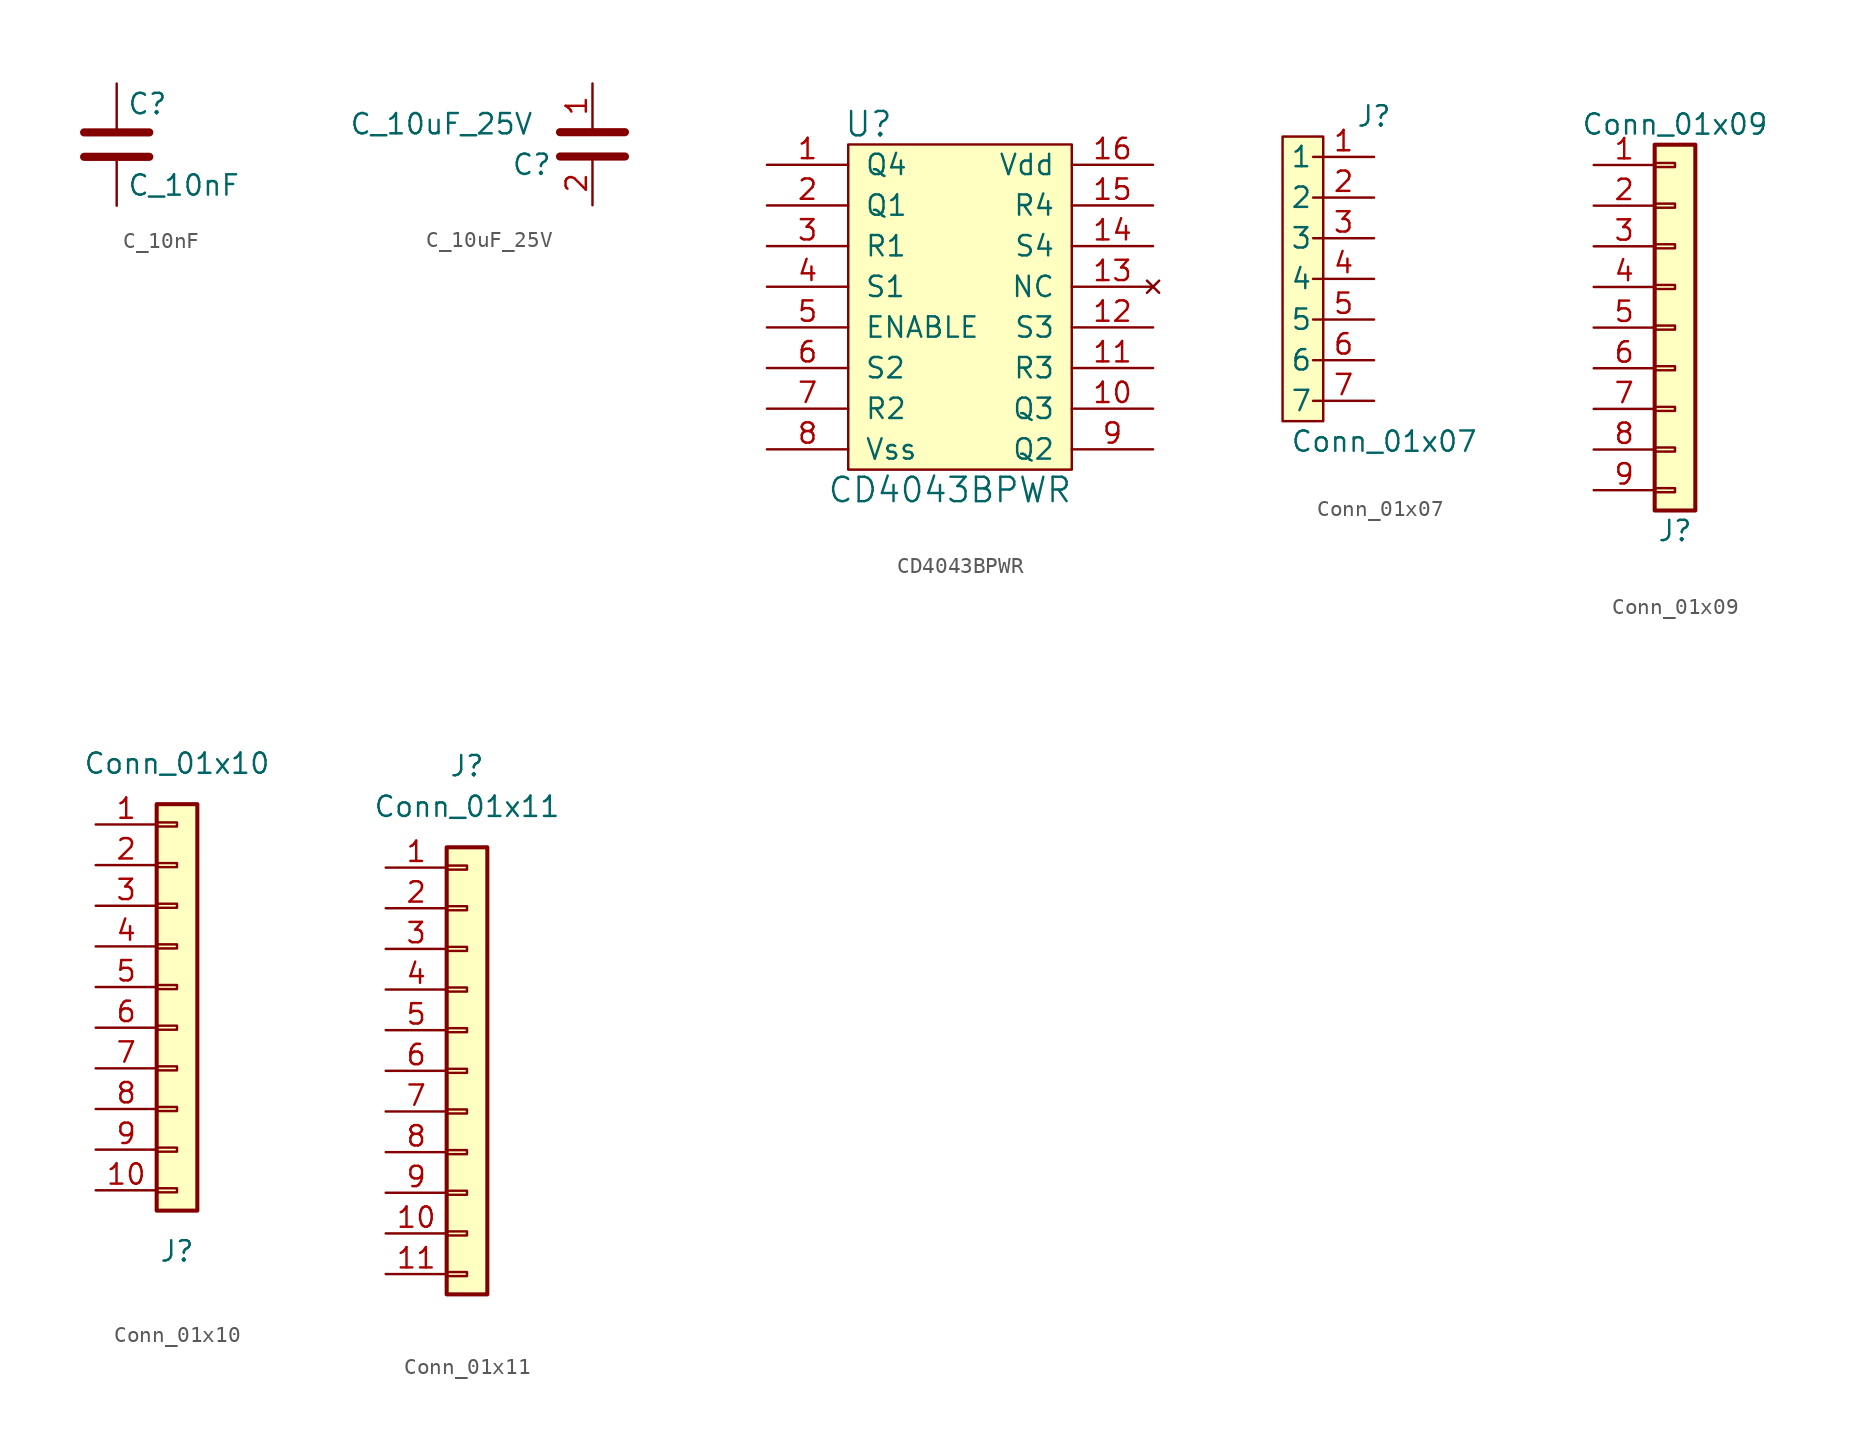
<source format=kicad_sym>
(kicad_symbol_lib
  (version 20211014)
  (generator kicad_symbol_editor)
  (symbol "C_10nF"
    (pin_numbers hide)
    (pin_names
      (offset 0.254))
    (property "Reference" "C"
      (at 0.635 2.54 0)
      (effects (font (size 1.27 1.27)) (justify left)))
    (property "Value" "C_10nF"
      (at 0.635 -2.54 0)
      (effects (font (size 1.27 1.27)) (justify left)))
    (symbol "C_10nF_0_1"
      (polyline (pts (xy -2.032 -0.762) (xy 2.032 -0.762)) (stroke (width 0.508) (type default) (color 0 0 0 0)) (fill (type none)))
      (polyline (pts (xy -2.032 0.762) (xy 2.032 0.762)) (stroke (width 0.508) (type default) (color 0 0 0 0)) (fill (type none))))
    (symbol "C_10nF_1_1"
      (pin passive line (at 0 3.81 270) (length 2.794) (name "~" (effects (font (size 1.27 1.27)))) (number "1" (effects (font (size 1.27 1.27)))))
      (pin passive line (at 0 -3.81 90) (length 2.794) (name "~" (effects (font (size 1.27 1.27)))) (number "2" (effects (font (size 1.27 1.27)))))))
  (symbol "C_10uF_25V"
    (pin_names
      (offset 1.016))
    (property "Reference" "C"
      (at -5.08 -1.27 0)
      (effects (font (size 1.27 1.27)) (justify left)))
    (property "Value" "C_10uF_25V"
      (at -15.24 1.27 0)
      (effects (font (size 1.27 1.27)) (justify left)))
    (symbol "C_10uF_25V_1_1"
      (polyline (pts (xy -2.032 -0.762) (xy 2.032 -0.762)) (stroke (width 0.508) (type default) (color 0 0 0 0)) (fill (type none)))
      (polyline (pts (xy -2.032 0.762) (xy 2.032 0.762)) (stroke (width 0.508) (type default) (color 0 0 0 0)) (fill (type none)))
      (pin passive line (at 0 3.81 270) (length 2.794) (name "~" (effects (font (size 1.27 1.27)))) (number "1" (effects (font (size 1.27 1.27)))))
      (pin passive line (at 0 -3.81 90) (length 2.794) (name "~" (effects (font (size 1.27 1.27)))) (number "2" (effects (font (size 1.27 1.27)))))))
  (symbol "CD4043BPWR"
    (pin_names
      (offset 1.016))
    (property "Reference" "U"
      (at -6.35 10.16 0)
      (effects (font (size 1.524 1.524))))
    (property "Value" "CD4043BPWR"
      (at -1.27 -12.7 0)
      (effects (font (size 1.524 1.524))))
    (symbol "CD4043BPWR_0_1"
      (rectangle (start -7.62 8.89) (end 6.35 -11.43) (stroke (width 0) (type default) (color 0 0 0 0)) (fill (type background))))
    (symbol "CD4043BPWR_1_1"
      (pin output line (at -12.7 7.62 0) (length 5.08) (name "Q4" (effects (font (size 1.27 1.27)))) (number "1" (effects (font (size 1.27 1.27)))))
      (pin output line (at 11.43 -7.62 180) (length 5.08) (name "Q3" (effects (font (size 1.27 1.27)))) (number "10" (effects (font (size 1.27 1.27)))))
      (pin input line (at 11.43 -5.08 180) (length 5.08) (name "R3" (effects (font (size 1.27 1.27)))) (number "11" (effects (font (size 1.27 1.27)))))
      (pin input line (at 11.43 -2.54 180) (length 5.08) (name "S3" (effects (font (size 1.27 1.27)))) (number "12" (effects (font (size 1.27 1.27)))))
      (pin no_connect line (at 11.43 0 180) (length 5.08) (name "NC" (effects (font (size 1.27 1.27)))) (number "13" (effects (font (size 1.27 1.27)))))
      (pin input line (at 11.43 2.54 180) (length 5.08) (name "S4" (effects (font (size 1.27 1.27)))) (number "14" (effects (font (size 1.27 1.27)))))
      (pin input line (at 11.43 5.08 180) (length 5.08) (name "R4" (effects (font (size 1.27 1.27)))) (number "15" (effects (font (size 1.27 1.27)))))
      (pin input line (at 11.43 7.62 180) (length 5.08) (name "Vdd" (effects (font (size 1.27 1.27)))) (number "16" (effects (font (size 1.27 1.27)))))
      (pin output line (at -12.7 5.08 0) (length 5.08) (name "Q1" (effects (font (size 1.27 1.27)))) (number "2" (effects (font (size 1.27 1.27)))))
      (pin input line (at -12.7 2.54 0) (length 5.08) (name "R1" (effects (font (size 1.27 1.27)))) (number "3" (effects (font (size 1.27 1.27)))))
      (pin input line (at -12.7 0 0) (length 5.08) (name "S1" (effects (font (size 1.27 1.27)))) (number "4" (effects (font (size 1.27 1.27)))))
      (pin input line (at -12.7 -2.54 0) (length 5.08) (name "ENABLE" (effects (font (size 1.27 1.27)))) (number "5" (effects (font (size 1.27 1.27)))))
      (pin input line (at -12.7 -5.08 0) (length 5.08) (name "S2" (effects (font (size 1.27 1.27)))) (number "6" (effects (font (size 1.27 1.27)))))
      (pin input line (at -12.7 -7.62 0) (length 5.08) (name "R2" (effects (font (size 1.27 1.27)))) (number "7" (effects (font (size 1.27 1.27)))))
      (pin input line (at -12.7 -10.16 0) (length 5.08) (name "Vss" (effects (font (size 1.27 1.27)))) (number "8" (effects (font (size 1.27 1.27)))))
      (pin output line (at 11.43 -10.16 180) (length 5.08) (name "Q2" (effects (font (size 1.27 1.27)))) (number "9" (effects (font (size 1.27 1.27)))))))
  (symbol "Conn_01x07"
    (pin_names
      (offset 0.025))
    (property "Reference" "J"
      (at 0 0 0)
      (effects (font (size 1.27 1.27))))
    (property "Value" "Conn_01x07"
      (at 0.635 -20.32 0)
      (effects (font (size 1.27 1.27))))
    (symbol "Conn_01x07_0_1"
      (rectangle (start -3.175 -1.27) (end -5.715 -19.05) (stroke (width 0) (type default) (color 0 0 0 0)) (fill (type background))))
    (symbol "Conn_01x07_1_1"
      (pin passive line (at 0 -2.54 180) (length 3.81) (name "1" (effects (font (size 1.27 1.27)))) (number "1" (effects (font (size 1.27 1.27)))))
      (pin passive line (at 0 -5.08 180) (length 3.81) (name "2" (effects (font (size 1.27 1.27)))) (number "2" (effects (font (size 1.27 1.27)))))
      (pin passive line (at 0 -7.62 180) (length 3.81) (name "3" (effects (font (size 1.27 1.27)))) (number "3" (effects (font (size 1.27 1.27)))))
      (pin passive line (at 0 -10.16 180) (length 3.81) (name "4" (effects (font (size 1.27 1.27)))) (number "4" (effects (font (size 1.27 1.27)))))
      (pin passive line (at 0 -12.7 180) (length 3.81) (name "5" (effects (font (size 1.27 1.27)))) (number "5" (effects (font (size 1.27 1.27)))))
      (pin passive line (at 0 -15.24 180) (length 3.81) (name "6" (effects (font (size 1.27 1.27)))) (number "6" (effects (font (size 1.27 1.27)))))
      (pin passive line (at 0 -17.78 180) (length 3.81) (name "7" (effects (font (size 1.27 1.27)))) (number "7" (effects (font (size 1.27 1.27)))))))
  (symbol "Conn_01x09"
    (pin_names
      (offset 1.016))
    (property "Reference" "J"
      (at 0 -12.7 0)
      (effects (font (size 1.27 1.27))))
    (property "Value" "Conn_01x09"
      (at 0 12.7 0)
      (effects (font (size 1.27 1.27))))
    (symbol "Conn_01x09_1_1"
      (rectangle (start -1.27 -10.033) (end 0 -10.287) (stroke (width 0.152) (type default) (color 0 0 0 0)) (fill (type none)))
      (rectangle (start -1.27 -7.493) (end 0 -7.747) (stroke (width 0.152) (type default) (color 0 0 0 0)) (fill (type none)))
      (rectangle (start -1.27 -4.953) (end 0 -5.207) (stroke (width 0.152) (type default) (color 0 0 0 0)) (fill (type none)))
      (rectangle (start -1.27 -2.413) (end 0 -2.667) (stroke (width 0.152) (type default) (color 0 0 0 0)) (fill (type none)))
      (rectangle (start -1.27 0.127) (end 0 -0.127) (stroke (width 0.152) (type default) (color 0 0 0 0)) (fill (type none)))
      (rectangle (start -1.27 2.667) (end 0 2.413) (stroke (width 0.152) (type default) (color 0 0 0 0)) (fill (type none)))
      (rectangle (start -1.27 5.207) (end 0 4.953) (stroke (width 0.152) (type default) (color 0 0 0 0)) (fill (type none)))
      (rectangle (start -1.27 7.747) (end 0 7.493) (stroke (width 0.152) (type default) (color 0 0 0 0)) (fill (type none)))
      (rectangle (start -1.27 10.287) (end 0 10.033) (stroke (width 0.152) (type default) (color 0 0 0 0)) (fill (type none)))
      (rectangle (start -1.27 11.43) (end 1.27 -11.43) (stroke (width 0.254) (type default) (color 0 0 0 0)) (fill (type background)))
      (pin passive line (at -5.08 10.16 0) (length 3.81) (name "~" (effects (font (size 1.27 1.27)))) (number "1" (effects (font (size 1.27 1.27)))))
      (pin passive line (at -5.08 7.62 0) (length 3.81) (name "~" (effects (font (size 1.27 1.27)))) (number "2" (effects (font (size 1.27 1.27)))))
      (pin passive line (at -5.08 5.08 0) (length 3.81) (name "~" (effects (font (size 1.27 1.27)))) (number "3" (effects (font (size 1.27 1.27)))))
      (pin passive line (at -5.08 2.54 0) (length 3.81) (name "~" (effects (font (size 1.27 1.27)))) (number "4" (effects (font (size 1.27 1.27)))))
      (pin passive line (at -5.08 0 0) (length 3.81) (name "~" (effects (font (size 1.27 1.27)))) (number "5" (effects (font (size 1.27 1.27)))))
      (pin passive line (at -5.08 -2.54 0) (length 3.81) (name "~" (effects (font (size 1.27 1.27)))) (number "6" (effects (font (size 1.27 1.27)))))
      (pin passive line (at -5.08 -5.08 0) (length 3.81) (name "~" (effects (font (size 1.27 1.27)))) (number "7" (effects (font (size 1.27 1.27)))))
      (pin passive line (at -5.08 -7.62 0) (length 3.81) (name "~" (effects (font (size 1.27 1.27)))) (number "8" (effects (font (size 1.27 1.27)))))
      (pin passive line (at -5.08 -10.16 0) (length 3.81) (name "~" (effects (font (size 1.27 1.27)))) (number "9" (effects (font (size 1.27 1.27)))))))
  (symbol "Conn_01x10"
    (pin_names
      (offset 1.016))
    (property "Reference" "J"
      (at 0 -15.24 0)
      (effects (font (size 1.27 1.27))))
    (property "Value" "Conn_01x10"
      (at 0 15.24 0)
      (effects (font (size 1.27 1.27))))
    (symbol "Conn_01x10_1_1"
      (rectangle (start -1.27 -11.303) (end 0 -11.557) (stroke (width 0.152) (type default) (color 0 0 0 0)) (fill (type none)))
      (rectangle (start -1.27 -8.763) (end 0 -9.017) (stroke (width 0.152) (type default) (color 0 0 0 0)) (fill (type none)))
      (rectangle (start -1.27 -6.223) (end 0 -6.477) (stroke (width 0.152) (type default) (color 0 0 0 0)) (fill (type none)))
      (rectangle (start -1.27 -3.683) (end 0 -3.937) (stroke (width 0.152) (type default) (color 0 0 0 0)) (fill (type none)))
      (rectangle (start -1.27 -1.143) (end 0 -1.397) (stroke (width 0.152) (type default) (color 0 0 0 0)) (fill (type none)))
      (rectangle (start -1.27 1.397) (end 0 1.143) (stroke (width 0.152) (type default) (color 0 0 0 0)) (fill (type none)))
      (rectangle (start -1.27 3.937) (end 0 3.683) (stroke (width 0.152) (type default) (color 0 0 0 0)) (fill (type none)))
      (rectangle (start -1.27 6.477) (end 0 6.223) (stroke (width 0.152) (type default) (color 0 0 0 0)) (fill (type none)))
      (rectangle (start -1.27 9.017) (end 0 8.763) (stroke (width 0.152) (type default) (color 0 0 0 0)) (fill (type none)))
      (rectangle (start -1.27 11.557) (end 0 11.303) (stroke (width 0.152) (type default) (color 0 0 0 0)) (fill (type none)))
      (rectangle (start -1.27 12.7) (end 1.27 -12.7) (stroke (width 0.254) (type default) (color 0 0 0 0)) (fill (type background)))
      (pin passive line (at -5.08 11.43 0) (length 3.81) (name "~" (effects (font (size 1.27 1.27)))) (number "1" (effects (font (size 1.27 1.27)))))
      (pin passive line (at -5.08 -11.43 0) (length 3.81) (name "~" (effects (font (size 1.27 1.27)))) (number "10" (effects (font (size 1.27 1.27)))))
      (pin passive line (at -5.08 8.89 0) (length 3.81) (name "~" (effects (font (size 1.27 1.27)))) (number "2" (effects (font (size 1.27 1.27)))))
      (pin passive line (at -5.08 6.35 0) (length 3.81) (name "~" (effects (font (size 1.27 1.27)))) (number "3" (effects (font (size 1.27 1.27)))))
      (pin passive line (at -5.08 3.81 0) (length 3.81) (name "~" (effects (font (size 1.27 1.27)))) (number "4" (effects (font (size 1.27 1.27)))))
      (pin passive line (at -5.08 1.27 0) (length 3.81) (name "~" (effects (font (size 1.27 1.27)))) (number "5" (effects (font (size 1.27 1.27)))))
      (pin passive line (at -5.08 -1.27 0) (length 3.81) (name "~" (effects (font (size 1.27 1.27)))) (number "6" (effects (font (size 1.27 1.27)))))
      (pin passive line (at -5.08 -3.81 0) (length 3.81) (name "~" (effects (font (size 1.27 1.27)))) (number "7" (effects (font (size 1.27 1.27)))))
      (pin passive line (at -5.08 -6.35 0) (length 3.81) (name "~" (effects (font (size 1.27 1.27)))) (number "8" (effects (font (size 1.27 1.27)))))
      (pin passive line (at -5.08 -8.89 0) (length 3.81) (name "~" (effects (font (size 1.27 1.27)))) (number "9" (effects (font (size 1.27 1.27)))))))
  (symbol "Conn_01x11"
    (pin_names
      (offset 1.016))
    (property "Reference" "J"
      (at 0 20.32 0)
      (effects (font (size 1.27 1.27))))
    (property "Value" "Conn_01x11"
      (at 0 17.78 0)
      (effects (font (size 1.27 1.27))))
    (symbol "Conn_01x11_1_1"
      (rectangle (start -1.27 -11.303) (end 0 -11.557) (stroke (width 0.152) (type default) (color 0 0 0 0)) (fill (type none)))
      (rectangle (start -1.27 -8.763) (end 0 -9.017) (stroke (width 0.152) (type default) (color 0 0 0 0)) (fill (type none)))
      (rectangle (start -1.27 -6.223) (end 0 -6.477) (stroke (width 0.152) (type default) (color 0 0 0 0)) (fill (type none)))
      (rectangle (start -1.27 -3.683) (end 0 -3.937) (stroke (width 0.152) (type default) (color 0 0 0 0)) (fill (type none)))
      (rectangle (start -1.27 -1.143) (end 0 -1.397) (stroke (width 0.152) (type default) (color 0 0 0 0)) (fill (type none)))
      (rectangle (start -1.27 1.397) (end 0 1.143) (stroke (width 0.152) (type default) (color 0 0 0 0)) (fill (type none)))
      (rectangle (start -1.27 3.937) (end 0 3.683) (stroke (width 0.152) (type default) (color 0 0 0 0)) (fill (type none)))
      (rectangle (start -1.27 6.477) (end 0 6.223) (stroke (width 0.152) (type default) (color 0 0 0 0)) (fill (type none)))
      (rectangle (start -1.27 9.017) (end 0 8.763) (stroke (width 0.152) (type default) (color 0 0 0 0)) (fill (type none)))
      (rectangle (start -1.27 11.557) (end 0 11.303) (stroke (width 0.152) (type default) (color 0 0 0 0)) (fill (type none)))
      (rectangle (start -1.27 14.097) (end 0 13.843) (stroke (width 0.152) (type default) (color 0 0 0 0)) (fill (type none)))
      (rectangle (start -1.27 15.24) (end 1.27 -12.7) (stroke (width 0.254) (type default) (color 0 0 0 0)) (fill (type background)))
      (pin passive line (at -5.08 13.97 0) (length 3.81) (name "~" (effects (font (size 1.27 1.27)))) (number "1" (effects (font (size 1.27 1.27)))))
      (pin passive line (at -5.08 -8.89 0) (length 3.81) (name "~" (effects (font (size 1.27 1.27)))) (number "10" (effects (font (size 1.27 1.27)))))
      (pin passive line (at -5.08 -11.43 0) (length 3.81) (name "~" (effects (font (size 1.27 1.27)))) (number "11" (effects (font (size 1.27 1.27)))))
      (pin passive line (at -5.08 11.43 0) (length 3.81) (name "~" (effects (font (size 1.27 1.27)))) (number "2" (effects (font (size 1.27 1.27)))))
      (pin passive line (at -5.08 8.89 0) (length 3.81) (name "~" (effects (font (size 1.27 1.27)))) (number "3" (effects (font (size 1.27 1.27)))))
      (pin passive line (at -5.08 6.35 0) (length 3.81) (name "~" (effects (font (size 1.27 1.27)))) (number "4" (effects (font (size 1.27 1.27)))))
      (pin passive line (at -5.08 3.81 0) (length 3.81) (name "~" (effects (font (size 1.27 1.27)))) (number "5" (effects (font (size 1.27 1.27)))))
      (pin passive line (at -5.08 1.27 0) (length 3.81) (name "~" (effects (font (size 1.27 1.27)))) (number "6" (effects (font (size 1.27 1.27)))))
      (pin passive line (at -5.08 -1.27 0) (length 3.81) (name "~" (effects (font (size 1.27 1.27)))) (number "7" (effects (font (size 1.27 1.27)))))
      (pin passive line (at -5.08 -3.81 0) (length 3.81) (name "~" (effects (font (size 1.27 1.27)))) (number "8" (effects (font (size 1.27 1.27)))))
      (pin passive line (at -5.08 -6.35 0) (length 3.81) (name "~" (effects (font (size 1.27 1.27)))) (number "9" (effects (font (size 1.27 1.27))))))))
</source>
